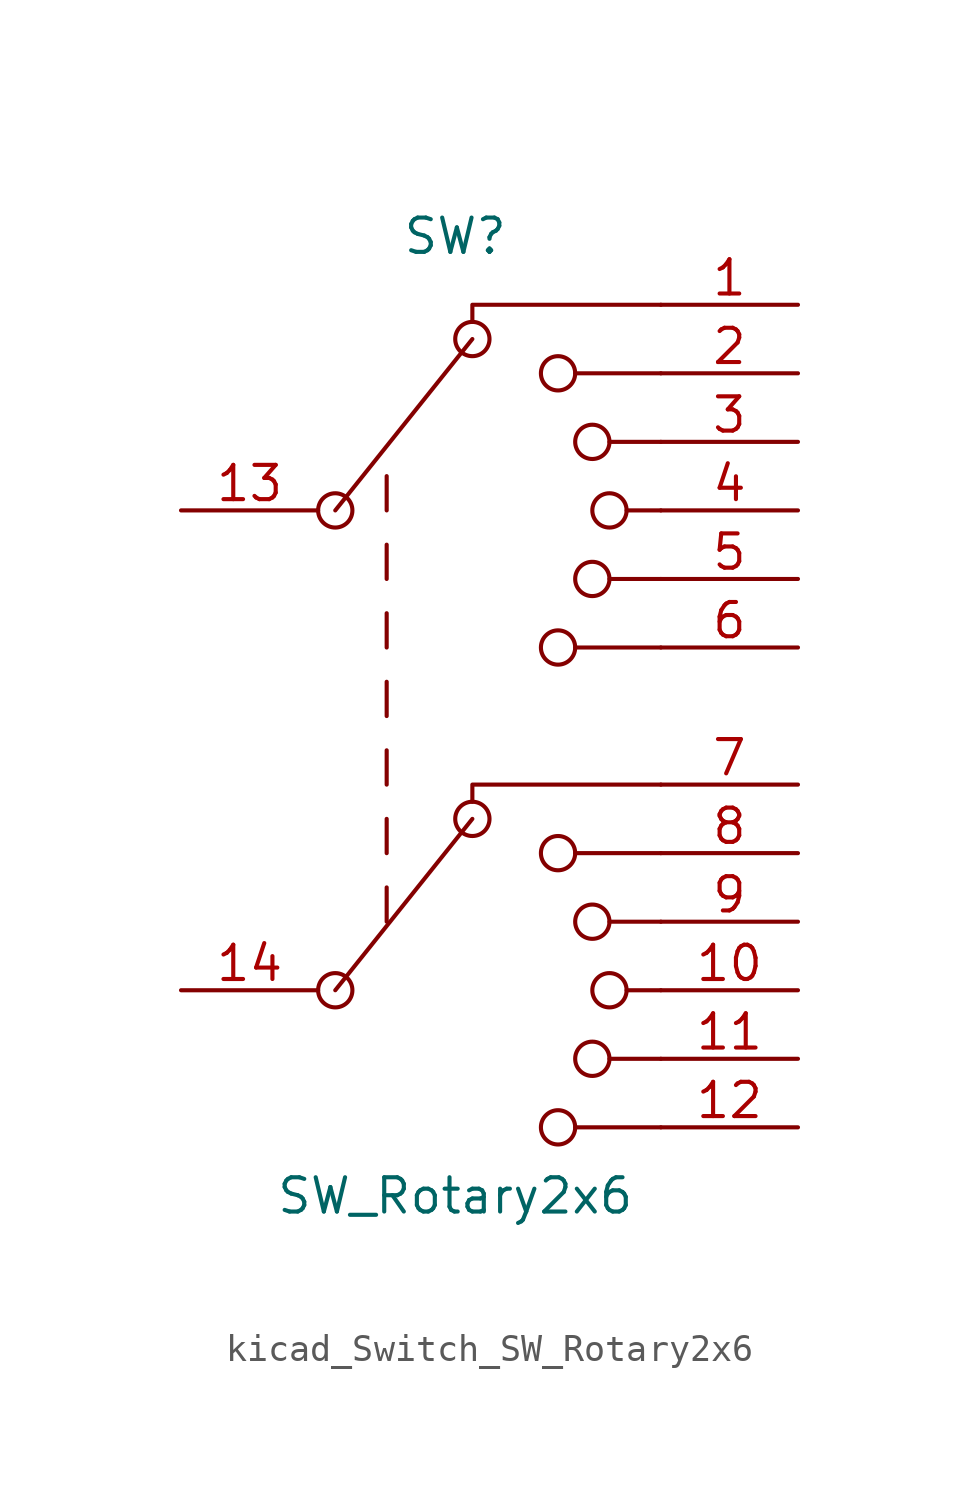
<source format=kicad_sym>
(kicad_symbol_lib
  (version 20220914)
  (generator kicad_symbol_editor)
  (symbol "kicad_Switch_SW_Rotary2x6"
    (pin_names
      (offset 1.016) hide)
    (property "Reference" "SW"
      (at 0 17.78 0)
      (effects (font (size 1.27 1.27))))
    (property "Value" "SW_Rotary2x6"
      (at 0 -17.78 0)
      (effects (font (size 1.27 1.27))))
    (symbol "kicad_Switch_SW_Rotary2x6_0_0"
      (circle (center -4.445 -10.16) (radius 0.635) (stroke (width 0) (type default)) (fill (type none)))
      (circle (center -4.445 7.62) (radius 0.635) (stroke (width 0) (type default)) (fill (type none)))
      (polyline (pts (xy -4.445 -10.16) (xy 0.635 -3.81)) (stroke (width 0) (type default)) (fill (type none)))
      (polyline (pts (xy -4.445 7.62) (xy 0.635 13.97)) (stroke (width 0) (type default)) (fill (type none)))
      (polyline (pts (xy -2.54 -7.62) (xy -2.54 -6.35)) (stroke (width 0) (type default)) (fill (type none)))
      (polyline (pts (xy -2.54 -5.08) (xy -2.54 -3.81)) (stroke (width 0) (type default)) (fill (type none)))
      (polyline (pts (xy -2.54 -2.54) (xy -2.54 -1.27)) (stroke (width 0) (type default)) (fill (type none)))
      (polyline (pts (xy -2.54 0) (xy -2.54 1.27)) (stroke (width 0) (type default)) (fill (type none)))
      (polyline (pts (xy -2.54 2.54) (xy -2.54 3.81)) (stroke (width 0) (type default)) (fill (type none)))
      (polyline (pts (xy -2.54 5.08) (xy -2.54 6.35)) (stroke (width 0) (type default)) (fill (type none)))
      (polyline (pts (xy -2.54 7.62) (xy -2.54 8.89)) (stroke (width 0) (type default)) (fill (type none)))
      (polyline (pts (xy 4.445 -5.08) (xy 7.62 -5.08)) (stroke (width 0) (type default)) (fill (type none)))
      (polyline (pts (xy 4.445 12.7) (xy 7.62 12.7)) (stroke (width 0) (type default)) (fill (type none)))
      (polyline (pts (xy 5.715 -12.7) (xy 7.62 -12.7)) (stroke (width 0) (type default)) (fill (type none)))
      (polyline (pts (xy 5.715 -7.62) (xy 7.62 -7.62)) (stroke (width 0) (type default)) (fill (type none)))
      (polyline (pts (xy 5.715 5.08) (xy 7.62 5.08)) (stroke (width 0) (type default)) (fill (type none)))
      (polyline (pts (xy 5.715 10.16) (xy 7.62 10.16)) (stroke (width 0) (type default)) (fill (type none)))
      (polyline (pts (xy 6.35 -10.16) (xy 7.62 -10.16)) (stroke (width 0) (type default)) (fill (type none)))
      (polyline (pts (xy 6.35 7.62) (xy 7.62 7.62)) (stroke (width 0) (type default)) (fill (type none)))
      (polyline (pts (xy 7.62 -15.24) (xy 4.445 -15.24)) (stroke (width 0) (type default)) (fill (type none)))
      (polyline (pts (xy 7.62 2.54) (xy 4.445 2.54)) (stroke (width 0) (type default)) (fill (type none)))
      (polyline (pts (xy 0.635 -3.175) (xy 0.635 -2.54) (xy 7.62 -2.54)) (stroke (width 0) (type default)) (fill (type none)))
      (polyline (pts (xy 0.635 14.605) (xy 0.635 15.24) (xy 7.62 15.24)) (stroke (width 0) (type default)) (fill (type none)))
      (circle (center 0.635 -3.81) (radius 0.635) (stroke (width 0) (type default)) (fill (type none)))
      (circle (center 0.635 13.97) (radius 0.635) (stroke (width 0) (type default)) (fill (type none)))
      (circle (center 3.81 -15.24) (radius 0.635) (stroke (width 0) (type default)) (fill (type none)))
      (circle (center 3.81 -5.08) (radius 0.635) (stroke (width 0) (type default)) (fill (type none)))
      (circle (center 3.81 2.54) (radius 0.635) (stroke (width 0) (type default)) (fill (type none)))
      (circle (center 3.81 12.7) (radius 0.635) (stroke (width 0) (type default)) (fill (type none)))
      (circle (center 5.08 -12.7) (radius 0.635) (stroke (width 0) (type default)) (fill (type none)))
      (circle (center 5.08 -7.62) (radius 0.635) (stroke (width 0) (type default)) (fill (type none)))
      (circle (center 5.08 5.08) (radius 0.635) (stroke (width 0) (type default)) (fill (type none)))
      (circle (center 5.08 10.16) (radius 0.635) (stroke (width 0) (type default)) (fill (type none)))
      (circle (center 5.715 -10.16) (radius 0.635) (stroke (width 0) (type default)) (fill (type none)))
      (circle (center 5.715 7.62) (radius 0.635) (stroke (width 0) (type default)) (fill (type none))))
    (symbol "kicad_Switch_SW_Rotary2x6_0_1"
      (pin passive line (at 12.7 15.24 180) (length 5.08) (name "1" (effects (font (size 1.27 1.27)))) (number "1" (effects (font (size 1.27 1.27)))))
      (pin passive line (at 12.7 -10.16 180) (length 5.08) (name "10" (effects (font (size 1.27 1.27)))) (number "10" (effects (font (size 1.27 1.27)))))
      (pin passive line (at 12.7 -12.7 180) (length 5.08) (name "11" (effects (font (size 1.27 1.27)))) (number "11" (effects (font (size 1.27 1.27)))))
      (pin passive line (at 12.7 -15.24 180) (length 5.08) (name "12" (effects (font (size 1.27 1.27)))) (number "12" (effects (font (size 1.27 1.27)))))
      (pin passive line (at -10.16 7.62 0) (length 5.08) (name "13" (effects (font (size 1.27 1.27)))) (number "13" (effects (font (size 1.27 1.27)))))
      (pin passive line (at -10.16 -10.16 0) (length 5.08) (name "14" (effects (font (size 1.27 1.27)))) (number "14" (effects (font (size 1.27 1.27)))))
      (pin passive line (at 12.7 12.7 180) (length 5.08) (name "2" (effects (font (size 1.27 1.27)))) (number "2" (effects (font (size 1.27 1.27)))))
      (pin passive line (at 12.7 10.16 180) (length 5.08) (name "3" (effects (font (size 1.27 1.27)))) (number "3" (effects (font (size 1.27 1.27)))))
      (pin passive line (at 12.7 7.62 180) (length 5.08) (name "4" (effects (font (size 1.27 1.27)))) (number "4" (effects (font (size 1.27 1.27)))))
      (pin passive line (at 12.7 5.08 180) (length 5.08) (name "5" (effects (font (size 1.27 1.27)))) (number "5" (effects (font (size 1.27 1.27)))))
      (pin passive line (at 12.7 2.54 180) (length 5.08) (name "6" (effects (font (size 1.27 1.27)))) (number "6" (effects (font (size 1.27 1.27)))))
      (pin passive line (at 12.7 -2.54 180) (length 5.08) (name "7" (effects (font (size 1.27 1.27)))) (number "7" (effects (font (size 1.27 1.27)))))
      (pin passive line (at 12.7 -5.08 180) (length 5.08) (name "8" (effects (font (size 1.27 1.27)))) (number "8" (effects (font (size 1.27 1.27)))))
      (pin passive line (at 12.7 -7.62 180) (length 5.08) (name "9" (effects (font (size 1.27 1.27)))) (number "9" (effects (font (size 1.27 1.27))))))))
</source>
